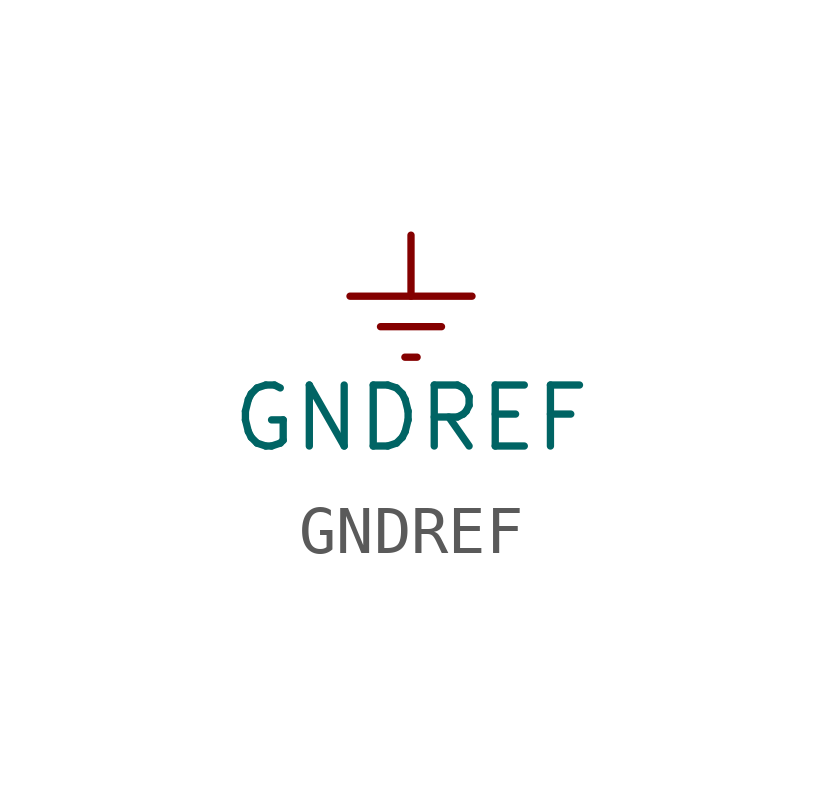
<source format=kicad_sym>
(kicad_symbol_lib
  (version 20211014)
  (generator kicad_symbol_editor)
  (symbol "power1:GNDREF"
    (power)
    (pin_names
      (offset 0))
    (property "Reference" "#PWR"
      (at 0 -6.35 0)
      (effects (font (size 1.27 1.27)) hide))
    (property "Value" "GNDREF"
      (at 0 -3.81 0)
      (effects (font (size 1.27 1.27))))
    (symbol "GNDREF_0_1"
      (polyline (pts (xy -0.635 -1.905) (xy 0.635 -1.905)) (stroke (width 0) (type default) (color 0 0 0 0)) (fill (type none)))
      (polyline (pts (xy -0.127 -2.54) (xy 0.127 -2.54)) (stroke (width 0) (type default) (color 0 0 0 0)) (fill (type none)))
      (polyline (pts (xy 0 -1.27) (xy 0 0)) (stroke (width 0) (type default) (color 0 0 0 0)) (fill (type none)))
      (polyline (pts (xy 1.27 -1.27) (xy -1.27 -1.27)) (stroke (width 0) (type default) (color 0 0 0 0)) (fill (type none))))
    (symbol "GNDREF_1_1"
      (pin power_in line (at 0 0 270) (length 0) hide (name "GNDREF" (effects (font (size 1.27 1.27)))) (number "1" (effects (font (size 1.27 1.27))))))))
</source>
